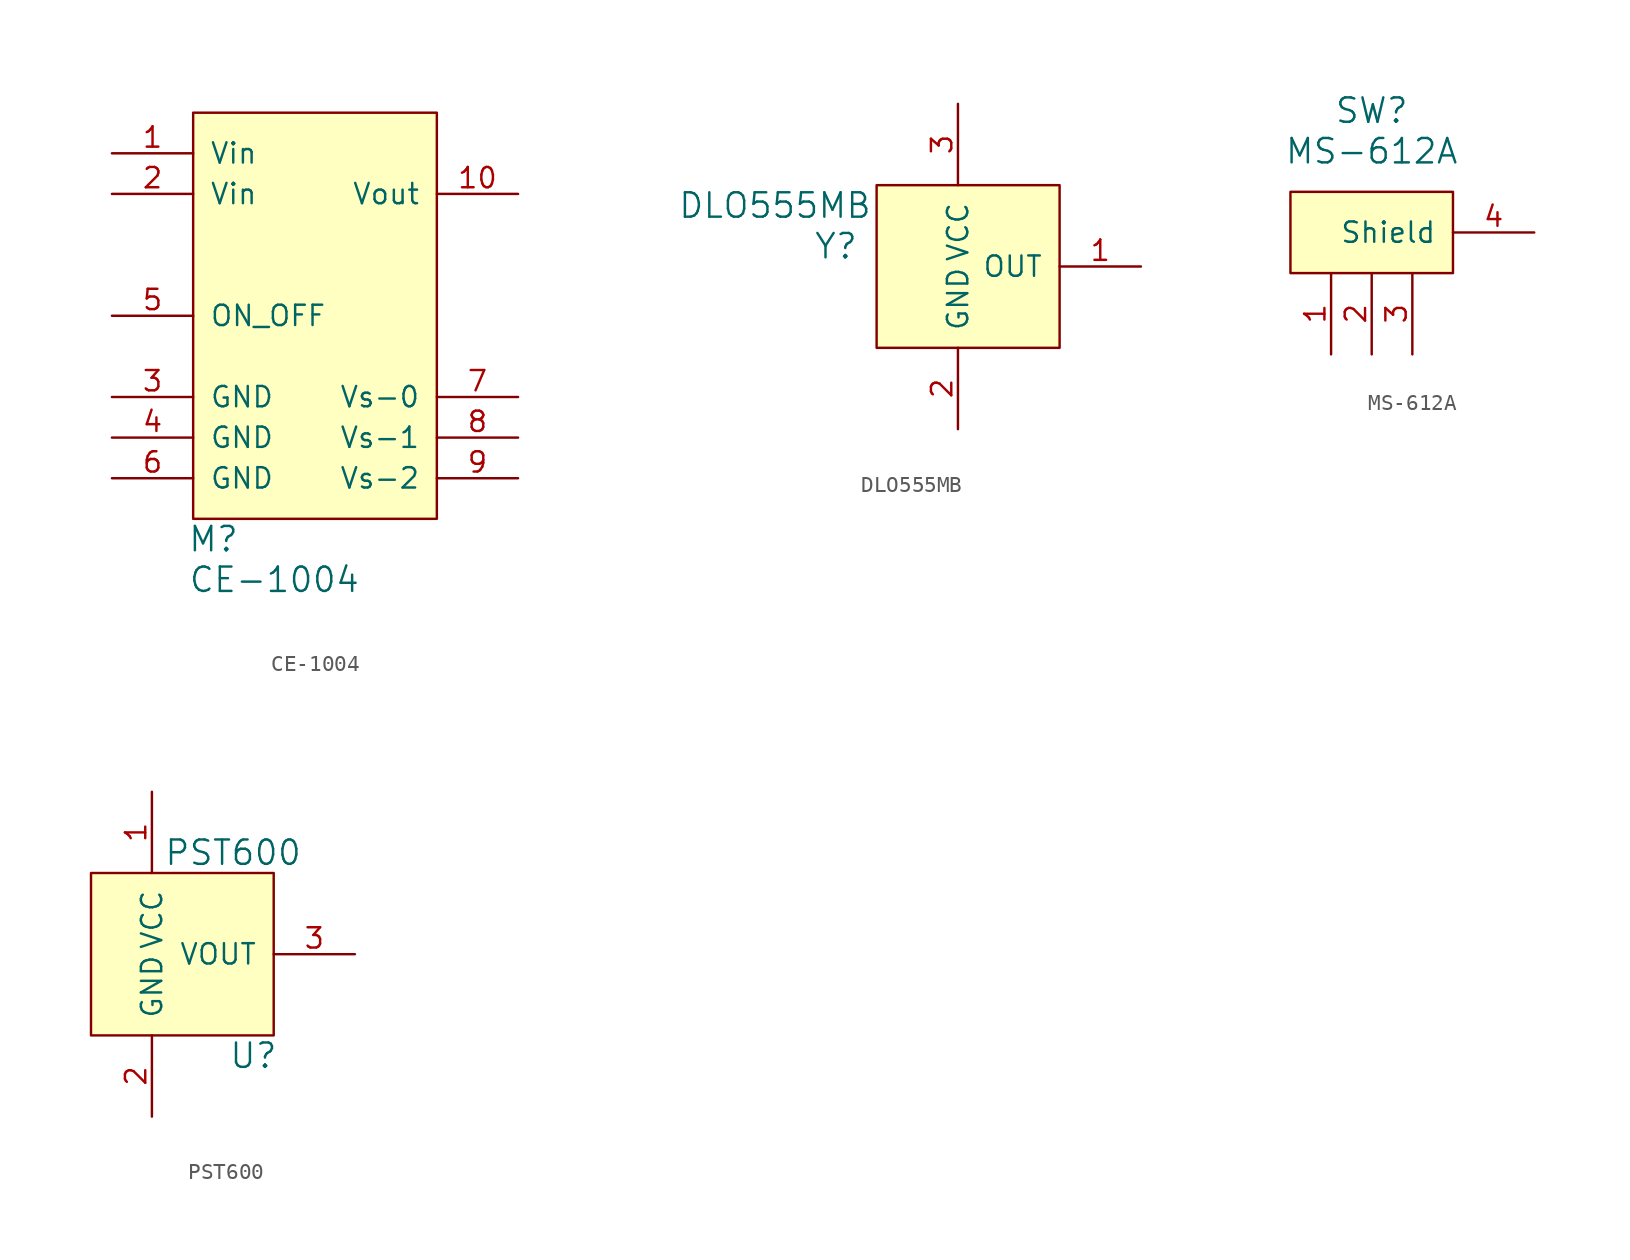
<source format=kicad_sym>
(kicad_symbol_lib
  (version 20211014)
  (generator kicad_symbol_editor)
  (symbol "CE-1004"
    (pin_names
      (offset 1.016))
    (property "Reference" "M"
      (at -6.35 -8.89 0)
      (effects (font (size 1.524 1.524))))
    (property "Value" "CE-1004"
      (at -2.54 -11.43 0)
      (effects (font (size 1.524 1.524))))
    (symbol "CE-1004_0_1"
      (rectangle (start -7.62 17.78) (end 7.62 -7.62) (stroke (width 0) (type default) (color 0 0 0 0)) (fill (type background))))
    (symbol "CE-1004_1_1"
      (pin power_in line (at -12.7 15.24 0) (length 5.08) (name "Vin" (effects (font (size 1.27 1.27)))) (number "1" (effects (font (size 1.27 1.27)))))
      (pin power_out line (at 12.7 12.7 180) (length 5.08) (name "Vout" (effects (font (size 1.27 1.27)))) (number "10" (effects (font (size 1.27 1.27)))))
      (pin power_in line (at -12.7 12.7 0) (length 5.08) (name "Vin" (effects (font (size 1.27 1.27)))) (number "2" (effects (font (size 1.27 1.27)))))
      (pin passive line (at -12.7 0 0) (length 5.08) (name "GND" (effects (font (size 1.27 1.27)))) (number "3" (effects (font (size 1.27 1.27)))))
      (pin passive line (at -12.7 -2.54 0) (length 5.08) (name "GND" (effects (font (size 1.27 1.27)))) (number "4" (effects (font (size 1.27 1.27)))))
      (pin input line (at -12.7 5.08 0) (length 5.08) (name "ON_OFF" (effects (font (size 1.27 1.27)))) (number "5" (effects (font (size 1.27 1.27)))))
      (pin passive line (at -12.7 -5.08 0) (length 5.08) (name "GND" (effects (font (size 1.27 1.27)))) (number "6" (effects (font (size 1.27 1.27)))))
      (pin input line (at 12.7 0 180) (length 5.08) (name "Vs-0" (effects (font (size 1.27 1.27)))) (number "7" (effects (font (size 1.27 1.27)))))
      (pin input line (at 12.7 -2.54 180) (length 5.08) (name "Vs-1" (effects (font (size 1.27 1.27)))) (number "8" (effects (font (size 1.27 1.27)))))
      (pin input line (at 12.7 -5.08 180) (length 5.08) (name "Vs-2" (effects (font (size 1.27 1.27)))) (number "9" (effects (font (size 1.27 1.27)))))))
  (symbol "DLO555MB"
    (pin_names
      (offset 1.016))
    (property "Reference" "Y"
      (at -7.62 1.27 0)
      (effects (font (size 1.524 1.524))))
    (property "Value" "DLO555MB"
      (at -11.43 3.81 0)
      (effects (font (size 1.524 1.524))))
    (symbol "DLO555MB_0_1"
      (rectangle (start -5.08 5.08) (end 6.35 -5.08) (stroke (width 0) (type default) (color 0 0 0 0)) (fill (type background))))
    (symbol "DLO555MB_1_1"
      (pin output line (at 11.43 0 180) (length 5.08) (name "OUT" (effects (font (size 1.27 1.27)))) (number "1" (effects (font (size 1.27 1.27)))))
      (pin power_in line (at 0 -10.16 90) (length 5.08) (name "GND" (effects (font (size 1.27 1.27)))) (number "2" (effects (font (size 1.27 1.27)))))
      (pin power_in line (at 0 10.16 270) (length 5.08) (name "VCC" (effects (font (size 1.27 1.27)))) (number "3" (effects (font (size 1.27 1.27)))))))
  (symbol "MS-612A"
    (pin_names
      (offset 1.016))
    (property "Reference" "SW"
      (at 0 10.16 0)
      (effects (font (size 1.524 1.524))))
    (property "Value" "MS-612A"
      (at 0 7.62 0)
      (effects (font (size 1.524 1.524))))
    (symbol "MS-612A_0_1"
      (rectangle (start -5.08 0) (end 5.08 5.08) (stroke (width 0) (type default) (color 0 0 0 0)) (fill (type background))))
    (symbol "MS-612A_1_1"
      (pin passive line (at -2.54 -5.08 90) (length 5.08) (name "~" (effects (font (size 1.27 1.27)))) (number "1" (effects (font (size 1.27 1.27)))))
      (pin passive line (at 0 -5.08 90) (length 5.08) (name "~" (effects (font (size 1.27 1.27)))) (number "2" (effects (font (size 1.27 1.27)))))
      (pin passive line (at 2.54 -5.08 90) (length 5.08) (name "~" (effects (font (size 1.27 1.27)))) (number "3" (effects (font (size 1.27 1.27)))))
      (pin passive line (at 10.16 2.54 180) (length 5.08) (name "Shield" (effects (font (size 1.27 1.27)))) (number "4" (effects (font (size 1.27 1.27)))))))
  (symbol "PST600"
    (pin_names
      (offset 1.016))
    (property "Reference" "U"
      (at 6.35 -6.35 0)
      (effects (font (size 1.524 1.524))))
    (property "Value" "PST600"
      (at 5.08 6.35 0)
      (effects (font (size 1.524 1.524))))
    (symbol "PST600_0_1"
      (rectangle (start 7.62 5.08) (end -3.81 -5.08) (stroke (width 0) (type default) (color 0 0 0 0)) (fill (type background))))
    (symbol "PST600_1_1"
      (pin power_in line (at 0 10.16 270) (length 5.08) (name "VCC" (effects (font (size 1.27 1.27)))) (number "1" (effects (font (size 1.27 1.27)))))
      (pin power_in line (at 0 -10.16 90) (length 5.08) (name "GND" (effects (font (size 1.27 1.27)))) (number "2" (effects (font (size 1.27 1.27)))))
      (pin output line (at 12.7 0 180) (length 5.08) (name "VOUT" (effects (font (size 1.27 1.27)))) (number "3" (effects (font (size 1.27 1.27))))))))
</source>
